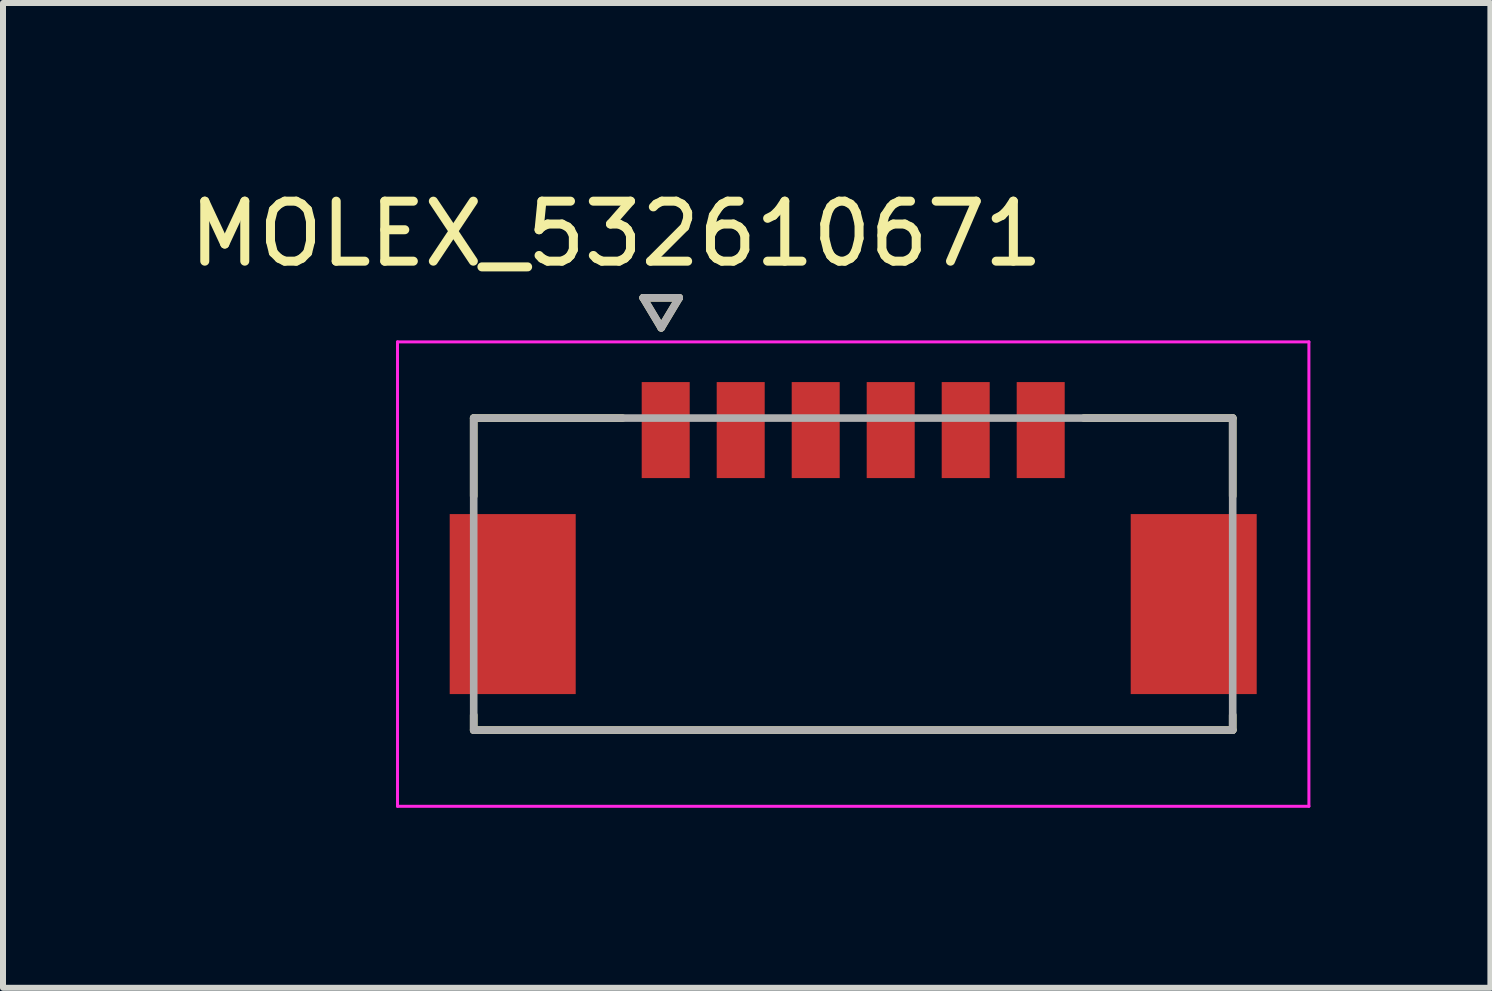
<source format=kicad_pcb>
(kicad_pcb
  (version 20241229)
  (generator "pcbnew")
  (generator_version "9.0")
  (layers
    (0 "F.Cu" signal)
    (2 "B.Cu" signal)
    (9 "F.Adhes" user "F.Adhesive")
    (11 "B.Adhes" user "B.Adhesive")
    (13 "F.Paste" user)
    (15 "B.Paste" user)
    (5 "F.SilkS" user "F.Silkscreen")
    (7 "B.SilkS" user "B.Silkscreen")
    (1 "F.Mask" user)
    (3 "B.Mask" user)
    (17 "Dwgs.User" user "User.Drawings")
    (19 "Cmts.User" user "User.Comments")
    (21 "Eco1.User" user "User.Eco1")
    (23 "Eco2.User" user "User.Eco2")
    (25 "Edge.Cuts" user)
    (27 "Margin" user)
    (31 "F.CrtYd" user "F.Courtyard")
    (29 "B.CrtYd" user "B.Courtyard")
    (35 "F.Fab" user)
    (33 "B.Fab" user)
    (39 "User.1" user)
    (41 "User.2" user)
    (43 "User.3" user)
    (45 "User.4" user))
  (footprint "MOLEX_532610671"
    (layer "F.Cu")
    (at 11.17 6.518)
    (property "Reference" "MOLEX_532610671" (at -3.95 -5.67 0) (layer "F.SilkS") (effects (font (size 1 1) (thickness 0.15))))
    (attr through_hole)
    (fp_poly (pts (xy -6.801 -1.076) (xy -4.549 -1.076) (xy -4.549 2.076) (xy -6.801 2.076)) (stroke (width 0.01) (type solid)) (fill yes) (layer "F.Mask"))
    (fp_poly (pts (xy -3.601 -3.276) (xy -2.649 -3.276) (xy -2.649 -1.524) (xy -3.601 -1.524)) (stroke (width 0.01) (type solid)) (fill yes) (layer "F.Mask"))
    (fp_poly (pts (xy -2.351 -3.276) (xy -1.399 -3.276) (xy -1.399 -1.524) (xy -2.351 -1.524)) (stroke (width 0.01) (type solid)) (fill yes) (layer "F.Mask"))
    (fp_poly (pts (xy -1.101 -3.276) (xy -0.149 -3.276) (xy -0.149 -1.524) (xy -1.101 -1.524)) (stroke (width 0.01) (type solid)) (fill yes) (layer "F.Mask"))
    (fp_poly (pts (xy 0.149 -3.276) (xy 1.101 -3.276) (xy 1.101 -1.524) (xy 0.149 -1.524)) (stroke (width 0.01) (type solid)) (fill yes) (layer "F.Mask"))
    (fp_poly (pts (xy 1.399 -3.276) (xy 2.351 -3.276) (xy 2.351 -1.524) (xy 1.399 -1.524)) (stroke (width 0.01) (type solid)) (fill yes) (layer "F.Mask"))
    (fp_poly (pts (xy 2.649 -3.276) (xy 3.601 -3.276) (xy 3.601 -1.524) (xy 2.649 -1.524)) (stroke (width 0.01) (type solid)) (fill yes) (layer "F.Mask"))
    (fp_poly (pts (xy 4.549 -1.076) (xy 6.801 -1.076) (xy 6.801 2.076) (xy 4.549 2.076)) (stroke (width 0.01) (type solid)) (fill yes) (layer "F.Mask"))
    (fp_line (start -6.325 -2.6) (end -3.845 -2.6) (stroke (width 0.127) (type solid)) (layer "F.SilkS"))
    (fp_line (start -6.325 -1.3) (end -6.325 -2.6) (stroke (width 0.127) (type solid)) (layer "F.SilkS"))
    (fp_line (start -6.325 2.6) (end -6.325 2.35) (stroke (width 0.127) (type solid)) (layer "F.SilkS"))
    (fp_line (start -6.325 2.6) (end 6.325 2.6) (stroke (width 0.127) (type solid)) (layer "F.SilkS"))
    (fp_line (start -3.5 -4.605) (end -2.9 -4.605) (stroke (width 0.127) (type solid)) (layer "F.SilkS"))
    (fp_line (start -3.2 -4.105) (end -3.5 -4.605) (stroke (width 0.127) (type solid)) (layer "F.SilkS"))
    (fp_line (start -2.9 -4.605) (end -3.2 -4.105) (stroke (width 0.127) (type solid)) (layer "F.SilkS"))
    (fp_line (start 3.845 -2.6) (end 6.325 -2.6) (stroke (width 0.127) (type solid)) (layer "F.SilkS"))
    (fp_line (start 6.325 -2.6) (end 6.325 -1.3) (stroke (width 0.127) (type solid)) (layer "F.SilkS"))
    (fp_line (start 6.325 2.6) (end 6.325 2.35) (stroke (width 0.127) (type solid)) (layer "F.SilkS"))
    (fp_line (start -7.595 3.87) (end -7.595 -3.87) (stroke (width 0.05) (type solid)) (layer "F.CrtYd"))
    (fp_line (start 7.595 -3.87) (end -7.595 -3.87) (stroke (width 0.05) (type solid)) (layer "F.CrtYd"))
    (fp_line (start 7.595 -3.87) (end 7.595 3.87) (stroke (width 0.05) (type solid)) (layer "F.CrtYd"))
    (fp_line (start 7.595 3.87) (end -7.595 3.87) (stroke (width 0.05) (type solid)) (layer "F.CrtYd"))
    (fp_line (start -6.325 -2.6) (end 6.325 -2.6) (stroke (width 0.127) (type solid)) (layer "F.Fab"))
    (fp_line (start -6.325 2.6) (end -6.325 -2.6) (stroke (width 0.127) (type solid)) (layer "F.Fab"))
    (fp_line (start -3.5 -4.605) (end -2.9 -4.605) (stroke (width 0.127) (type solid)) (layer "F.Fab"))
    (fp_line (start -3.2 -4.105) (end -3.5 -4.605) (stroke (width 0.127) (type solid)) (layer "F.Fab"))
    (fp_line (start -2.9 -4.605) (end -3.2 -4.105) (stroke (width 0.127) (type solid)) (layer "F.Fab"))
    (fp_line (start 6.325 -2.6) (end 6.325 2.6) (stroke (width 0.127) (type solid)) (layer "F.Fab"))
    (fp_line (start 6.325 2.6) (end -6.325 2.6) (stroke (width 0.127) (type solid)) (layer "F.Fab"))
    (pad "1" smd rect (at -3.125 -2.4) (size 0.8 1.6) (layers "F.Cu" "F.Paste"))
    (pad "2" smd rect (at -1.875 -2.4) (size 0.8 1.6) (layers "F.Cu" "F.Paste"))
    (pad "3" smd rect (at -0.625 -2.4) (size 0.8 1.6) (layers "F.Cu" "F.Paste"))
    (pad "4" smd rect (at 0.625 -2.4) (size 0.8 1.6) (layers "F.Cu" "F.Paste"))
    (pad "5" smd rect (at 1.875 -2.4) (size 0.8 1.6) (layers "F.Cu" "F.Paste"))
    (pad "6" smd rect (at 3.125 -2.4) (size 0.8 1.6) (layers "F.Cu" "F.Paste"))
    (pad "S1" smd rect (at -5.675 0.5) (size 2.1 3) (layers "F.Cu" "F.Paste"))
    (pad "S2" smd rect (at 5.675 0.5) (size 2.1 3) (layers "F.Cu" "F.Paste")))
  (gr_rect
    (start -3 -3)
    (end 21.79 13.413)
    (stroke (width 0.1) (type default))
    (fill no)
    (layer "Edge.Cuts")))
</source>
